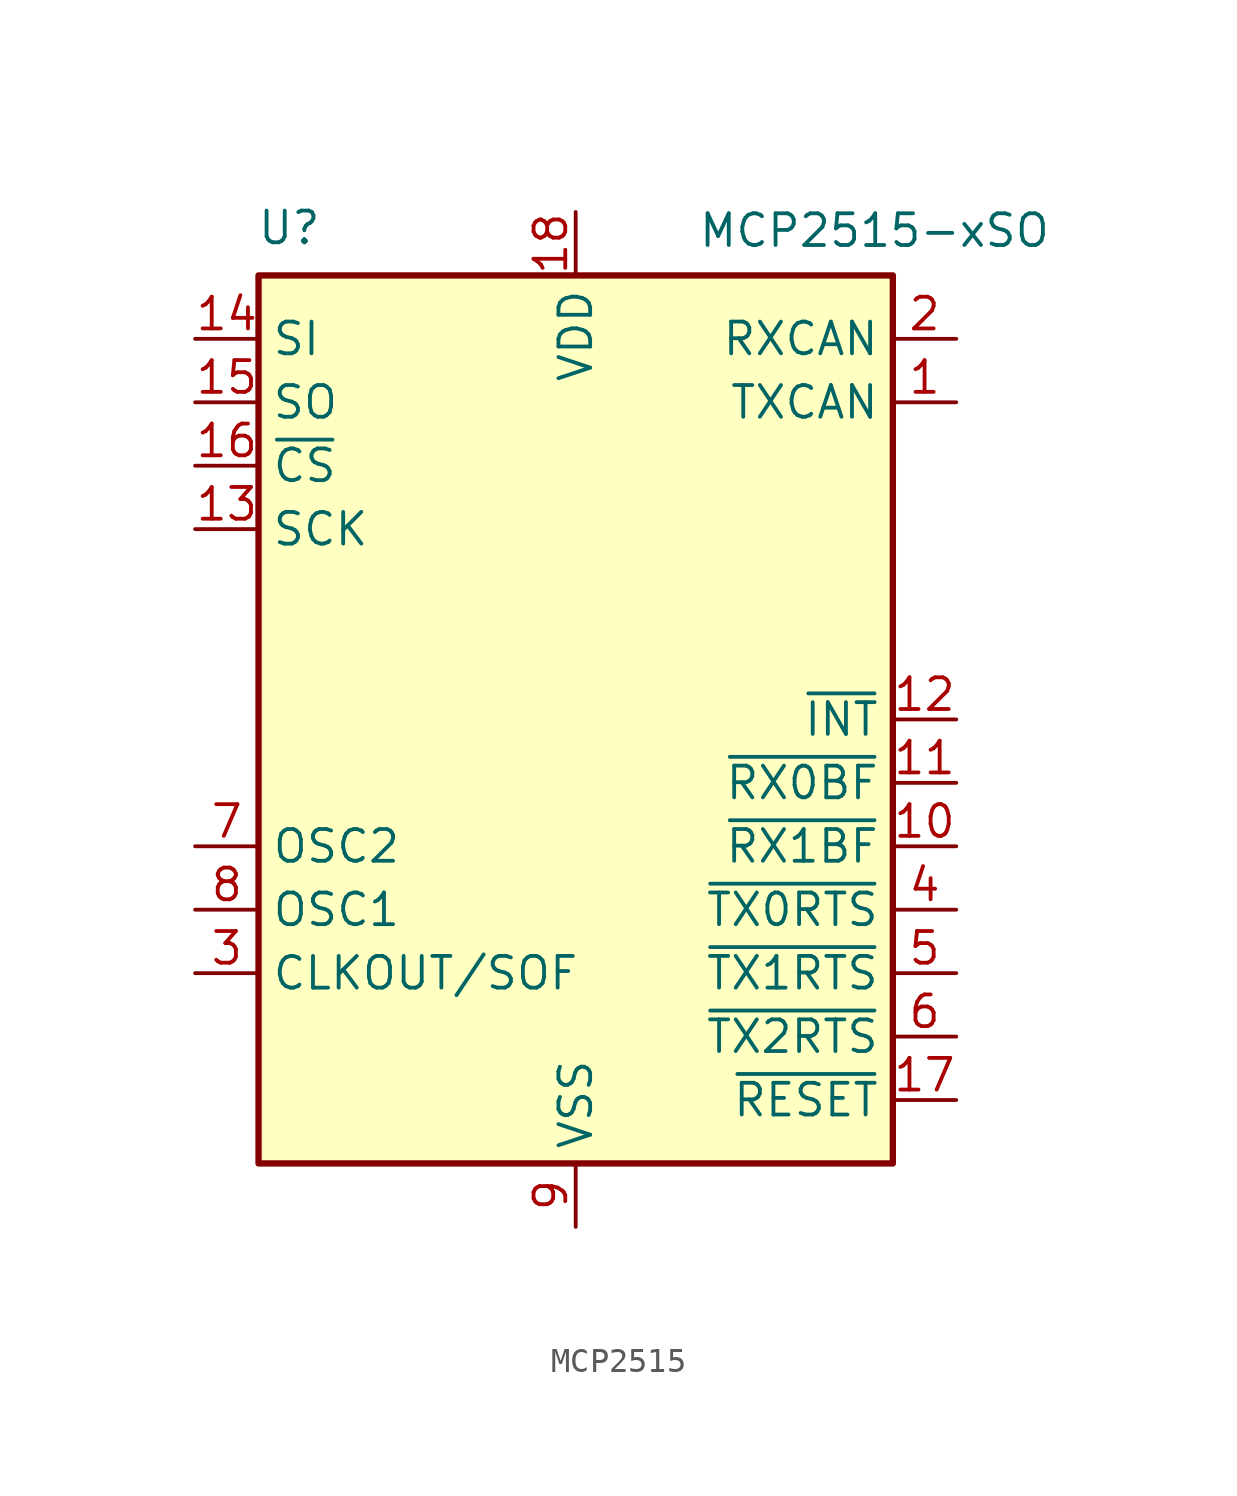
<source format=kicad_sym>
(kicad_symbol_lib
  (version 20211014)
  (generator kicad_symbol_editor)
  (symbol "MCP2515"
    (property "Reference" "U"
      (at -10.16 19.685 0)
      (effects (font (size 1.27 1.27)) (justify right)))
    (property "Value" "MCP2515-xSO"
      (at 19.05 20.32 0)
      (effects (font (size 1.27 1.27)) (justify right top)))
    (symbol "MCP2515_0_1"
      (rectangle (start -12.7 17.78) (end 12.7 -17.78) (stroke (width 0.254) (type default) (color 0 0 0 0)) (fill (type background))))
    (symbol "MCP2515_1_1"
      (pin output line (at 15.24 12.7 180) (length 2.54) (name "TXCAN" (effects (font (size 1.27 1.27)))) (number "1" (effects (font (size 1.27 1.27)))))
      (pin output line (at 15.24 -5.08 180) (length 2.54) (name "~{RX1BF}" (effects (font (size 1.27 1.27)))) (number "10" (effects (font (size 1.27 1.27)))))
      (pin output line (at 15.24 -2.54 180) (length 2.54) (name "~{RX0BF}" (effects (font (size 1.27 1.27)))) (number "11" (effects (font (size 1.27 1.27)))))
      (pin output line (at 15.24 0 180) (length 2.54) (name "~{INT}" (effects (font (size 1.27 1.27)))) (number "12" (effects (font (size 1.27 1.27)))))
      (pin input line (at -15.24 7.62 0) (length 2.54) (name "SCK" (effects (font (size 1.27 1.27)))) (number "13" (effects (font (size 1.27 1.27)))))
      (pin input line (at -15.24 15.24 0) (length 2.54) (name "SI" (effects (font (size 1.27 1.27)))) (number "14" (effects (font (size 1.27 1.27)))))
      (pin output line (at -15.24 12.7 0) (length 2.54) (name "SO" (effects (font (size 1.27 1.27)))) (number "15" (effects (font (size 1.27 1.27)))))
      (pin input line (at -15.24 10.16 0) (length 2.54) (name "~{CS}" (effects (font (size 1.27 1.27)))) (number "16" (effects (font (size 1.27 1.27)))))
      (pin input line (at 15.24 -15.24 180) (length 2.54) (name "~{RESET}" (effects (font (size 1.27 1.27)))) (number "17" (effects (font (size 1.27 1.27)))))
      (pin power_in line (at 0 20.32 270) (length 2.54) (name "VDD" (effects (font (size 1.27 1.27)))) (number "18" (effects (font (size 1.27 1.27)))))
      (pin input line (at 15.24 15.24 180) (length 2.54) (name "RXCAN" (effects (font (size 1.27 1.27)))) (number "2" (effects (font (size 1.27 1.27)))))
      (pin output line (at -15.24 -10.16 0) (length 2.54) (name "CLKOUT/SOF" (effects (font (size 1.27 1.27)))) (number "3" (effects (font (size 1.27 1.27)))))
      (pin input line (at 15.24 -7.62 180) (length 2.54) (name "~{TX0RTS}" (effects (font (size 1.27 1.27)))) (number "4" (effects (font (size 1.27 1.27)))))
      (pin input line (at 15.24 -10.16 180) (length 2.54) (name "~{TX1RTS}" (effects (font (size 1.27 1.27)))) (number "5" (effects (font (size 1.27 1.27)))))
      (pin input line (at 15.24 -12.7 180) (length 2.54) (name "~{TX2RTS}" (effects (font (size 1.27 1.27)))) (number "6" (effects (font (size 1.27 1.27)))))
      (pin output line (at -15.24 -5.08 0) (length 2.54) (name "OSC2" (effects (font (size 1.27 1.27)))) (number "7" (effects (font (size 1.27 1.27)))))
      (pin input line (at -15.24 -7.62 0) (length 2.54) (name "OSC1" (effects (font (size 1.27 1.27)))) (number "8" (effects (font (size 1.27 1.27)))))
      (pin power_in line (at 0 -20.32 90) (length 2.54) (name "VSS" (effects (font (size 1.27 1.27)))) (number "9" (effects (font (size 1.27 1.27))))))))
</source>
